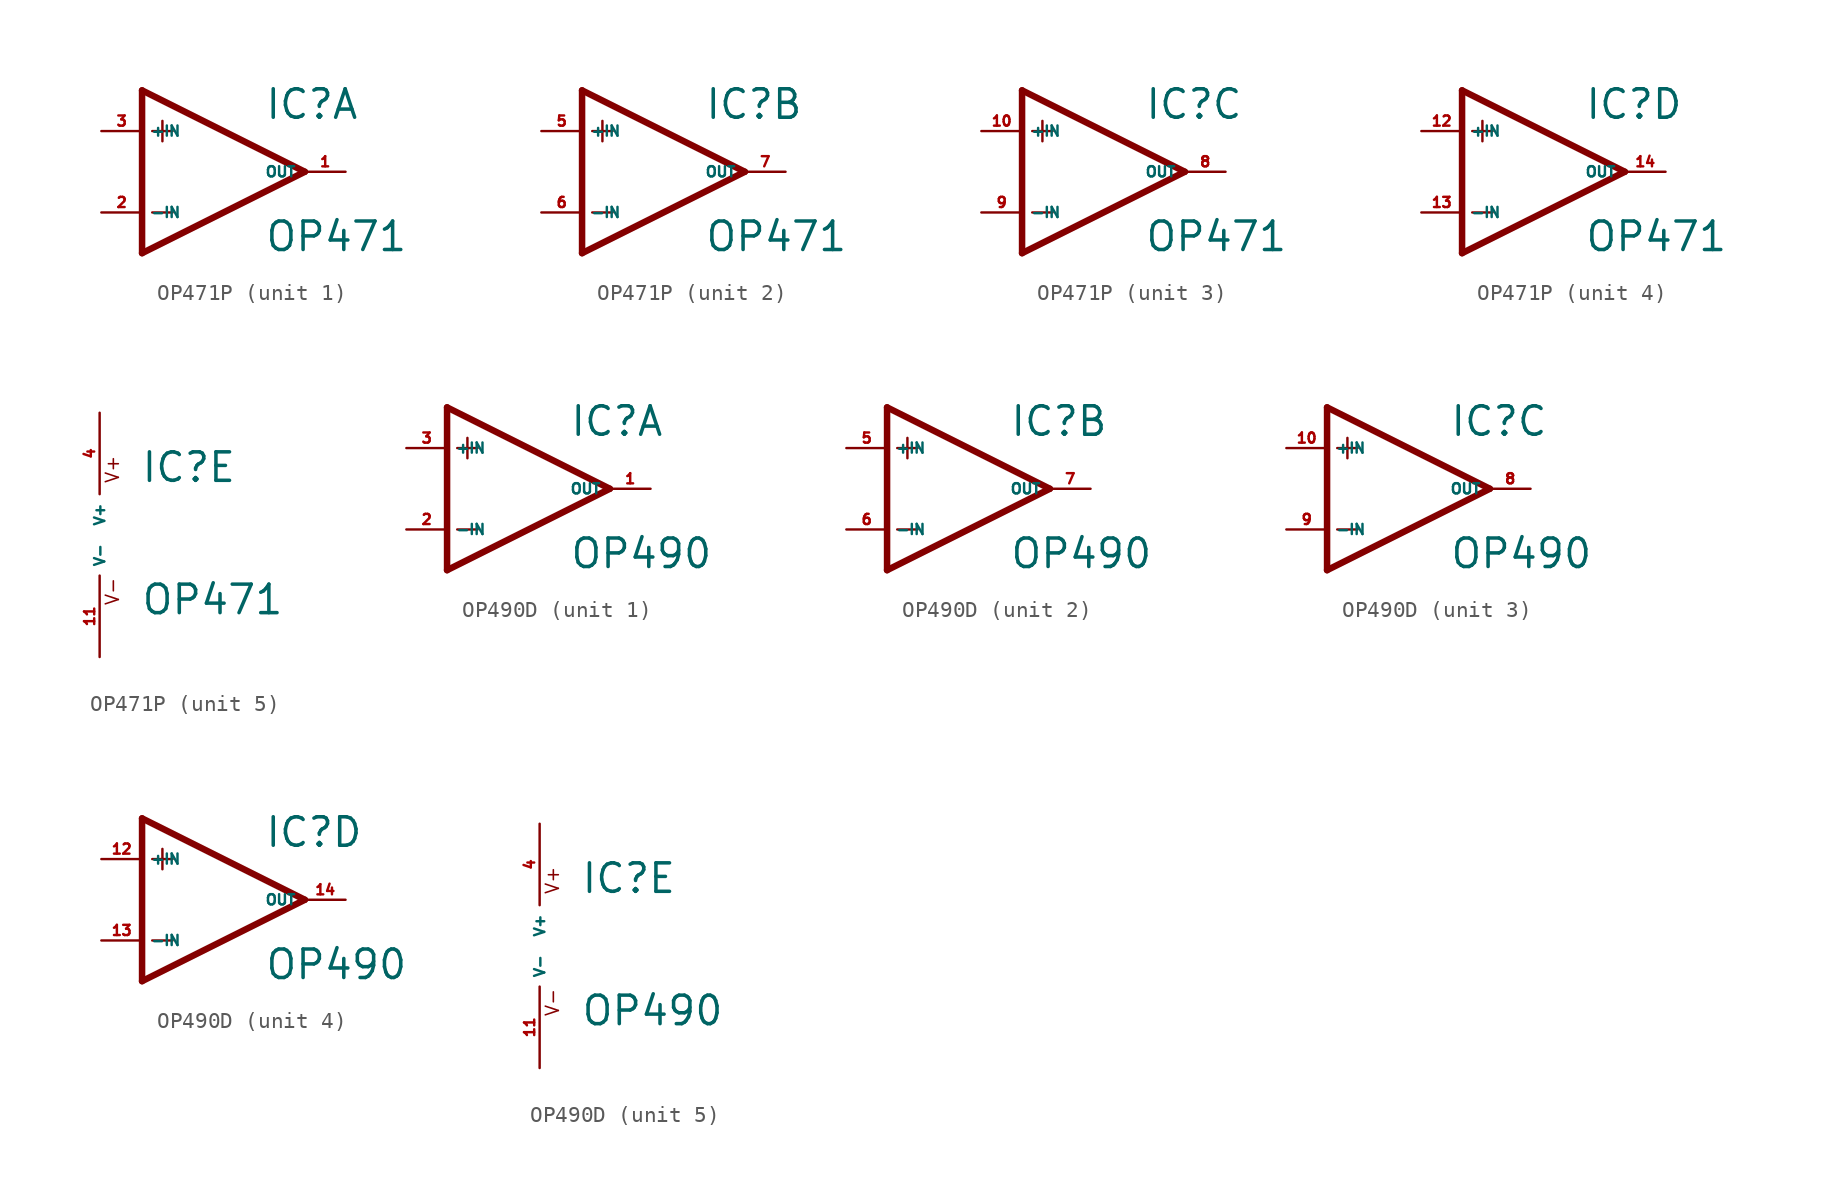
<source format=kicad_sym>
(kicad_symbol_lib
  (version 20220914)
  (generator Eagle2Kicad)
  (symbol "OP471P"
    (property "Reference" "IC"
      (at 2.54 3.175 0)
      (effects (font (size 1.778 1.778) (thickness 0.22)) (justify left bottom)))
    (property "Value" "OP471"
      (at 2.54 -5.08 0)
      (effects (font (size 1.778 1.778) (thickness 0.22)) (justify left bottom)))
    (symbol "OP471P_1_0"
      (polyline (pts (xy -5.08 5.08) (xy -5.08 -5.08)) (stroke (width 0.406) (type default)) (fill (type none)))
      (polyline (pts (xy -5.08 -5.08) (xy 5.08 0)) (stroke (width 0.406) (type default)) (fill (type none)))
      (polyline (pts (xy 5.08 0) (xy -5.08 5.08)) (stroke (width 0.406) (type default)) (fill (type none)))
      (polyline (pts (xy -3.81 3.175) (xy -3.81 1.905)) (stroke (width 0.152) (type default)) (fill (type none)))
      (polyline (pts (xy -4.445 2.54) (xy -3.175 2.54)) (stroke (width 0.152) (type default)) (fill (type none)))
      (polyline (pts (xy -4.445 -2.54) (xy -3.175 -2.54)) (stroke (width 0.152) (type default)) (fill (type none)))
      (pin input line (at -7.62 -2.54 0) (length 2.54) (name "-IN" (effects (font (size 0.635 0.635) (thickness 0.08)) (justify left bottom))) (number "2" (effects (font (size 0.635 0.635) (thickness 0.08)) (justify left bottom))))
      (pin input line (at -7.62 2.54 0) (length 2.54) (name "+IN" (effects (font (size 0.635 0.635) (thickness 0.08)) (justify left bottom))) (number "3" (effects (font (size 0.635 0.635) (thickness 0.08)) (justify left bottom))))
      (pin output line (at 7.62 0 180) (length 2.54) (name "OUT" (effects (font (size 0.635 0.635) (thickness 0.08)) (justify left bottom))) (number "1" (effects (font (size 0.635 0.635) (thickness 0.08)) (justify left bottom)))))
    (symbol "OP471P_2_0"
      (polyline (pts (xy -5.08 5.08) (xy -5.08 -5.08)) (stroke (width 0.406) (type default)) (fill (type none)))
      (polyline (pts (xy -5.08 -5.08) (xy 5.08 0)) (stroke (width 0.406) (type default)) (fill (type none)))
      (polyline (pts (xy 5.08 0) (xy -5.08 5.08)) (stroke (width 0.406) (type default)) (fill (type none)))
      (polyline (pts (xy -3.81 3.175) (xy -3.81 1.905)) (stroke (width 0.152) (type default)) (fill (type none)))
      (polyline (pts (xy -4.445 2.54) (xy -3.175 2.54)) (stroke (width 0.152) (type default)) (fill (type none)))
      (polyline (pts (xy -4.445 -2.54) (xy -3.175 -2.54)) (stroke (width 0.152) (type default)) (fill (type none)))
      (pin input line (at -7.62 -2.54 0) (length 2.54) (name "-IN" (effects (font (size 0.635 0.635) (thickness 0.08)) (justify left bottom))) (number "6" (effects (font (size 0.635 0.635) (thickness 0.08)) (justify left bottom))))
      (pin input line (at -7.62 2.54 0) (length 2.54) (name "+IN" (effects (font (size 0.635 0.635) (thickness 0.08)) (justify left bottom))) (number "5" (effects (font (size 0.635 0.635) (thickness 0.08)) (justify left bottom))))
      (pin output line (at 7.62 0 180) (length 2.54) (name "OUT" (effects (font (size 0.635 0.635) (thickness 0.08)) (justify left bottom))) (number "7" (effects (font (size 0.635 0.635) (thickness 0.08)) (justify left bottom)))))
    (symbol "OP471P_3_0"
      (polyline (pts (xy -5.08 5.08) (xy -5.08 -5.08)) (stroke (width 0.406) (type default)) (fill (type none)))
      (polyline (pts (xy -5.08 -5.08) (xy 5.08 0)) (stroke (width 0.406) (type default)) (fill (type none)))
      (polyline (pts (xy 5.08 0) (xy -5.08 5.08)) (stroke (width 0.406) (type default)) (fill (type none)))
      (polyline (pts (xy -3.81 3.175) (xy -3.81 1.905)) (stroke (width 0.152) (type default)) (fill (type none)))
      (polyline (pts (xy -4.445 2.54) (xy -3.175 2.54)) (stroke (width 0.152) (type default)) (fill (type none)))
      (polyline (pts (xy -4.445 -2.54) (xy -3.175 -2.54)) (stroke (width 0.152) (type default)) (fill (type none)))
      (pin input line (at -7.62 -2.54 0) (length 2.54) (name "-IN" (effects (font (size 0.635 0.635) (thickness 0.08)) (justify left bottom))) (number "9" (effects (font (size 0.635 0.635) (thickness 0.08)) (justify left bottom))))
      (pin input line (at -7.62 2.54 0) (length 2.54) (name "+IN" (effects (font (size 0.635 0.635) (thickness 0.08)) (justify left bottom))) (number "10" (effects (font (size 0.635 0.635) (thickness 0.08)) (justify left bottom))))
      (pin output line (at 7.62 0 180) (length 2.54) (name "OUT" (effects (font (size 0.635 0.635) (thickness 0.08)) (justify left bottom))) (number "8" (effects (font (size 0.635 0.635) (thickness 0.08)) (justify left bottom)))))
    (symbol "OP471P_4_0"
      (polyline (pts (xy -5.08 5.08) (xy -5.08 -5.08)) (stroke (width 0.406) (type default)) (fill (type none)))
      (polyline (pts (xy -5.08 -5.08) (xy 5.08 0)) (stroke (width 0.406) (type default)) (fill (type none)))
      (polyline (pts (xy 5.08 0) (xy -5.08 5.08)) (stroke (width 0.406) (type default)) (fill (type none)))
      (polyline (pts (xy -3.81 3.175) (xy -3.81 1.905)) (stroke (width 0.152) (type default)) (fill (type none)))
      (polyline (pts (xy -4.445 2.54) (xy -3.175 2.54)) (stroke (width 0.152) (type default)) (fill (type none)))
      (polyline (pts (xy -4.445 -2.54) (xy -3.175 -2.54)) (stroke (width 0.152) (type default)) (fill (type none)))
      (pin input line (at -7.62 -2.54 0) (length 2.54) (name "-IN" (effects (font (size 0.635 0.635) (thickness 0.08)) (justify left bottom))) (number "13" (effects (font (size 0.635 0.635) (thickness 0.08)) (justify left bottom))))
      (pin input line (at -7.62 2.54 0) (length 2.54) (name "+IN" (effects (font (size 0.635 0.635) (thickness 0.08)) (justify left bottom))) (number "12" (effects (font (size 0.635 0.635) (thickness 0.08)) (justify left bottom))))
      (pin output line (at 7.62 0 180) (length 2.54) (name "OUT" (effects (font (size 0.635 0.635) (thickness 0.08)) (justify left bottom))) (number "14" (effects (font (size 0.635 0.635) (thickness 0.08)) (justify left bottom)))))
    (symbol "OP471P_5_0"
      (text "V+" (at 1.27 3.175 900) (effects (font (size 0.813 0.813) (thickness 0.10)) (justify left bottom)))
      (text "V-" (at 1.27 -4.445 900) (effects (font (size 0.813 0.813) (thickness 0.10)) (justify left bottom)))
      (pin unspecified line (at 0 7.62 270) (length 5.08) (name "V+" (effects (font (size 0.635 0.635) (thickness 0.08)) (justify left bottom))) (number "4" (effects (font (size 0.635 0.635) (thickness 0.08)) (justify left bottom))))
      (pin unspecified line (at 0 -7.62 90) (length 5.08) (name "V-" (effects (font (size 0.635 0.635) (thickness 0.08)) (justify left bottom))) (number "11" (effects (font (size 0.635 0.635) (thickness 0.08)) (justify left bottom))))))
  (symbol "OP490D"
    (property "Reference" "IC"
      (at 2.54 3.175 0)
      (effects (font (size 1.778 1.778) (thickness 0.22)) (justify left bottom)))
    (property "Value" "OP490"
      (at 2.54 -5.08 0)
      (effects (font (size 1.778 1.778) (thickness 0.22)) (justify left bottom)))
    (symbol "OP490D_1_0"
      (polyline (pts (xy -5.08 5.08) (xy -5.08 -5.08)) (stroke (width 0.406) (type default)) (fill (type none)))
      (polyline (pts (xy -5.08 -5.08) (xy 5.08 0)) (stroke (width 0.406) (type default)) (fill (type none)))
      (polyline (pts (xy 5.08 0) (xy -5.08 5.08)) (stroke (width 0.406) (type default)) (fill (type none)))
      (polyline (pts (xy -3.81 3.175) (xy -3.81 1.905)) (stroke (width 0.152) (type default)) (fill (type none)))
      (polyline (pts (xy -4.445 2.54) (xy -3.175 2.54)) (stroke (width 0.152) (type default)) (fill (type none)))
      (polyline (pts (xy -4.445 -2.54) (xy -3.175 -2.54)) (stroke (width 0.152) (type default)) (fill (type none)))
      (pin input line (at -7.62 -2.54 0) (length 2.54) (name "-IN" (effects (font (size 0.635 0.635) (thickness 0.08)) (justify left bottom))) (number "2" (effects (font (size 0.635 0.635) (thickness 0.08)) (justify left bottom))))
      (pin input line (at -7.62 2.54 0) (length 2.54) (name "+IN" (effects (font (size 0.635 0.635) (thickness 0.08)) (justify left bottom))) (number "3" (effects (font (size 0.635 0.635) (thickness 0.08)) (justify left bottom))))
      (pin output line (at 7.62 0 180) (length 2.54) (name "OUT" (effects (font (size 0.635 0.635) (thickness 0.08)) (justify left bottom))) (number "1" (effects (font (size 0.635 0.635) (thickness 0.08)) (justify left bottom)))))
    (symbol "OP490D_2_0"
      (polyline (pts (xy -5.08 5.08) (xy -5.08 -5.08)) (stroke (width 0.406) (type default)) (fill (type none)))
      (polyline (pts (xy -5.08 -5.08) (xy 5.08 0)) (stroke (width 0.406) (type default)) (fill (type none)))
      (polyline (pts (xy 5.08 0) (xy -5.08 5.08)) (stroke (width 0.406) (type default)) (fill (type none)))
      (polyline (pts (xy -3.81 3.175) (xy -3.81 1.905)) (stroke (width 0.152) (type default)) (fill (type none)))
      (polyline (pts (xy -4.445 2.54) (xy -3.175 2.54)) (stroke (width 0.152) (type default)) (fill (type none)))
      (polyline (pts (xy -4.445 -2.54) (xy -3.175 -2.54)) (stroke (width 0.152) (type default)) (fill (type none)))
      (pin input line (at -7.62 -2.54 0) (length 2.54) (name "-IN" (effects (font (size 0.635 0.635) (thickness 0.08)) (justify left bottom))) (number "6" (effects (font (size 0.635 0.635) (thickness 0.08)) (justify left bottom))))
      (pin input line (at -7.62 2.54 0) (length 2.54) (name "+IN" (effects (font (size 0.635 0.635) (thickness 0.08)) (justify left bottom))) (number "5" (effects (font (size 0.635 0.635) (thickness 0.08)) (justify left bottom))))
      (pin output line (at 7.62 0 180) (length 2.54) (name "OUT" (effects (font (size 0.635 0.635) (thickness 0.08)) (justify left bottom))) (number "7" (effects (font (size 0.635 0.635) (thickness 0.08)) (justify left bottom)))))
    (symbol "OP490D_3_0"
      (polyline (pts (xy -5.08 5.08) (xy -5.08 -5.08)) (stroke (width 0.406) (type default)) (fill (type none)))
      (polyline (pts (xy -5.08 -5.08) (xy 5.08 0)) (stroke (width 0.406) (type default)) (fill (type none)))
      (polyline (pts (xy 5.08 0) (xy -5.08 5.08)) (stroke (width 0.406) (type default)) (fill (type none)))
      (polyline (pts (xy -3.81 3.175) (xy -3.81 1.905)) (stroke (width 0.152) (type default)) (fill (type none)))
      (polyline (pts (xy -4.445 2.54) (xy -3.175 2.54)) (stroke (width 0.152) (type default)) (fill (type none)))
      (polyline (pts (xy -4.445 -2.54) (xy -3.175 -2.54)) (stroke (width 0.152) (type default)) (fill (type none)))
      (pin input line (at -7.62 -2.54 0) (length 2.54) (name "-IN" (effects (font (size 0.635 0.635) (thickness 0.08)) (justify left bottom))) (number "9" (effects (font (size 0.635 0.635) (thickness 0.08)) (justify left bottom))))
      (pin input line (at -7.62 2.54 0) (length 2.54) (name "+IN" (effects (font (size 0.635 0.635) (thickness 0.08)) (justify left bottom))) (number "10" (effects (font (size 0.635 0.635) (thickness 0.08)) (justify left bottom))))
      (pin output line (at 7.62 0 180) (length 2.54) (name "OUT" (effects (font (size 0.635 0.635) (thickness 0.08)) (justify left bottom))) (number "8" (effects (font (size 0.635 0.635) (thickness 0.08)) (justify left bottom)))))
    (symbol "OP490D_4_0"
      (polyline (pts (xy -5.08 5.08) (xy -5.08 -5.08)) (stroke (width 0.406) (type default)) (fill (type none)))
      (polyline (pts (xy -5.08 -5.08) (xy 5.08 0)) (stroke (width 0.406) (type default)) (fill (type none)))
      (polyline (pts (xy 5.08 0) (xy -5.08 5.08)) (stroke (width 0.406) (type default)) (fill (type none)))
      (polyline (pts (xy -3.81 3.175) (xy -3.81 1.905)) (stroke (width 0.152) (type default)) (fill (type none)))
      (polyline (pts (xy -4.445 2.54) (xy -3.175 2.54)) (stroke (width 0.152) (type default)) (fill (type none)))
      (polyline (pts (xy -4.445 -2.54) (xy -3.175 -2.54)) (stroke (width 0.152) (type default)) (fill (type none)))
      (pin input line (at -7.62 -2.54 0) (length 2.54) (name "-IN" (effects (font (size 0.635 0.635) (thickness 0.08)) (justify left bottom))) (number "13" (effects (font (size 0.635 0.635) (thickness 0.08)) (justify left bottom))))
      (pin input line (at -7.62 2.54 0) (length 2.54) (name "+IN" (effects (font (size 0.635 0.635) (thickness 0.08)) (justify left bottom))) (number "12" (effects (font (size 0.635 0.635) (thickness 0.08)) (justify left bottom))))
      (pin output line (at 7.62 0 180) (length 2.54) (name "OUT" (effects (font (size 0.635 0.635) (thickness 0.08)) (justify left bottom))) (number "14" (effects (font (size 0.635 0.635) (thickness 0.08)) (justify left bottom)))))
    (symbol "OP490D_5_0"
      (text "V+" (at 1.27 3.175 900) (effects (font (size 0.813 0.813) (thickness 0.10)) (justify left bottom)))
      (text "V-" (at 1.27 -4.445 900) (effects (font (size 0.813 0.813) (thickness 0.10)) (justify left bottom)))
      (pin unspecified line (at 0 7.62 270) (length 5.08) (name "V+" (effects (font (size 0.635 0.635) (thickness 0.08)) (justify left bottom))) (number "4" (effects (font (size 0.635 0.635) (thickness 0.08)) (justify left bottom))))
      (pin unspecified line (at 0 -7.62 90) (length 5.08) (name "V-" (effects (font (size 0.635 0.635) (thickness 0.08)) (justify left bottom))) (number "11" (effects (font (size 0.635 0.635) (thickness 0.08)) (justify left bottom)))))))
</source>
